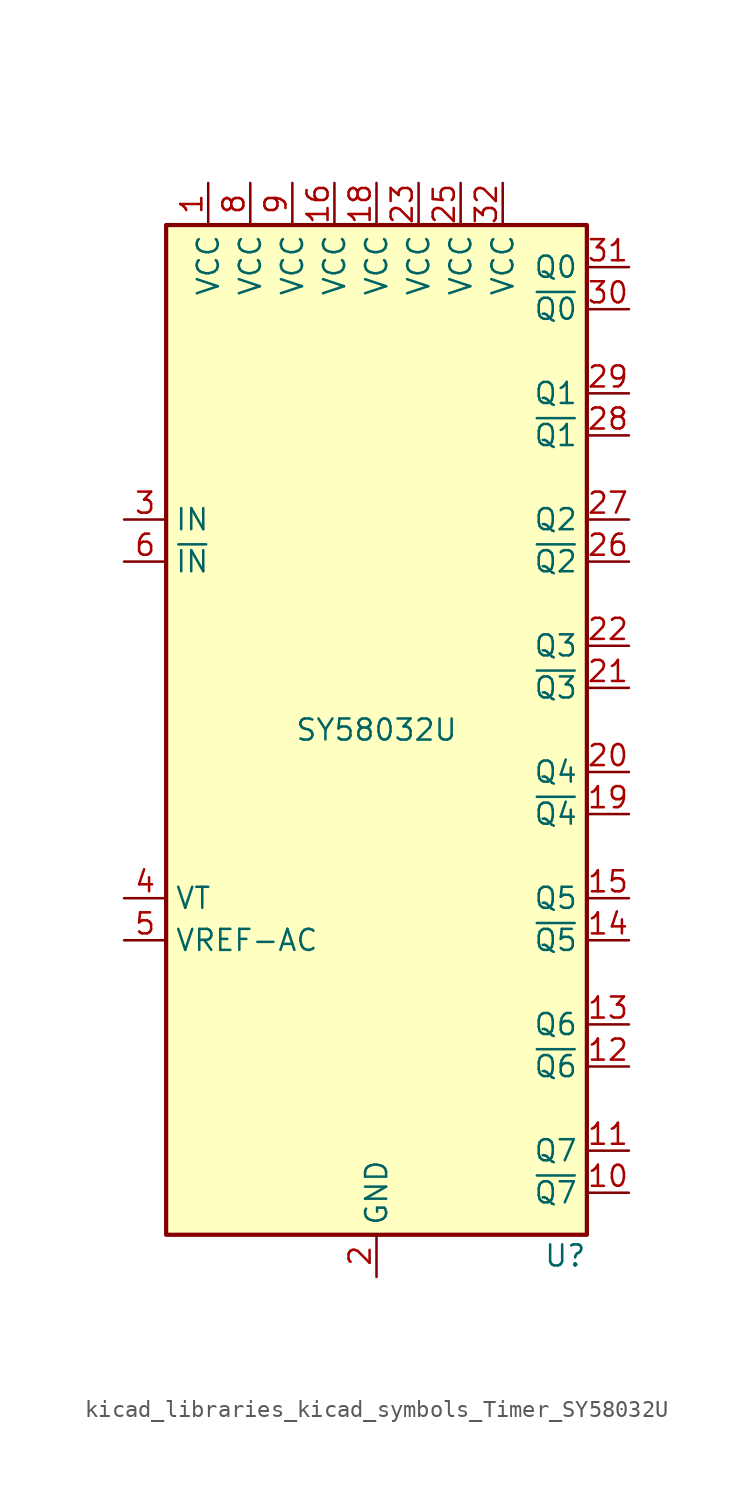
<source format=kicad_sym>
(kicad_symbol_lib
  (version 20220914)
  (generator kicad_symbol_editor)
  (symbol "kicad_libraries_kicad_symbols_Timer_SY58032U"
    (property "Reference" "U"
      (at 12.7 -31.75 0)
      (effects (font (size 1.27 1.27)) (justify right)))
    (property "Value" "SY58032U"
      (at 0 0 0)
      (effects (font (size 1.27 1.27))))
    (symbol "kicad_libraries_kicad_symbols_Timer_SY58032U_0_1"
      (rectangle (start 12.7 30.48) (end -12.7 -30.48) (stroke (width 0.254) (type default)) (fill (type background))))
    (symbol "kicad_libraries_kicad_symbols_Timer_SY58032U_1_1"
      (pin power_in line (at -10.16 33.02 270) (length 2.54) (name "VCC" (effects (font (size 1.27 1.27)))) (number "1" (effects (font (size 1.27 1.27)))))
      (pin open_emitter line (at 15.24 -27.94 180) (length 2.54) (name "~{Q7}" (effects (font (size 1.27 1.27)))) (number "10" (effects (font (size 1.27 1.27)))))
      (pin open_emitter line (at 15.24 -25.4 180) (length 2.54) (name "Q7" (effects (font (size 1.27 1.27)))) (number "11" (effects (font (size 1.27 1.27)))))
      (pin open_emitter line (at 15.24 -20.32 180) (length 2.54) (name "~{Q6}" (effects (font (size 1.27 1.27)))) (number "12" (effects (font (size 1.27 1.27)))))
      (pin open_emitter line (at 15.24 -17.78 180) (length 2.54) (name "Q6" (effects (font (size 1.27 1.27)))) (number "13" (effects (font (size 1.27 1.27)))))
      (pin open_emitter line (at 15.24 -12.7 180) (length 2.54) (name "~{Q5}" (effects (font (size 1.27 1.27)))) (number "14" (effects (font (size 1.27 1.27)))))
      (pin open_emitter line (at 15.24 -10.16 180) (length 2.54) (name "Q5" (effects (font (size 1.27 1.27)))) (number "15" (effects (font (size 1.27 1.27)))))
      (pin power_in line (at -2.54 33.02 270) (length 2.54) (name "VCC" (effects (font (size 1.27 1.27)))) (number "16" (effects (font (size 1.27 1.27)))))
      (pin passive line (at 0 -33.02 90) (length 2.54) hide (name "GND" (effects (font (size 1.27 1.27)))) (number "17" (effects (font (size 1.27 1.27)))))
      (pin power_in line (at 0 33.02 270) (length 2.54) (name "VCC" (effects (font (size 1.27 1.27)))) (number "18" (effects (font (size 1.27 1.27)))))
      (pin open_emitter line (at 15.24 -5.08 180) (length 2.54) (name "~{Q4}" (effects (font (size 1.27 1.27)))) (number "19" (effects (font (size 1.27 1.27)))))
      (pin power_in line (at 0 -33.02 90) (length 2.54) (name "GND" (effects (font (size 1.27 1.27)))) (number "2" (effects (font (size 1.27 1.27)))))
      (pin open_emitter line (at 15.24 -2.54 180) (length 2.54) (name "Q4" (effects (font (size 1.27 1.27)))) (number "20" (effects (font (size 1.27 1.27)))))
      (pin open_emitter line (at 15.24 2.54 180) (length 2.54) (name "~{Q3}" (effects (font (size 1.27 1.27)))) (number "21" (effects (font (size 1.27 1.27)))))
      (pin open_emitter line (at 15.24 5.08 180) (length 2.54) (name "Q3" (effects (font (size 1.27 1.27)))) (number "22" (effects (font (size 1.27 1.27)))))
      (pin power_in line (at 2.54 33.02 270) (length 2.54) (name "VCC" (effects (font (size 1.27 1.27)))) (number "23" (effects (font (size 1.27 1.27)))))
      (pin passive line (at 0 -33.02 90) (length 2.54) hide (name "GND" (effects (font (size 1.27 1.27)))) (number "24" (effects (font (size 1.27 1.27)))))
      (pin power_in line (at 5.08 33.02 270) (length 2.54) (name "VCC" (effects (font (size 1.27 1.27)))) (number "25" (effects (font (size 1.27 1.27)))))
      (pin open_emitter line (at 15.24 10.16 180) (length 2.54) (name "~{Q2}" (effects (font (size 1.27 1.27)))) (number "26" (effects (font (size 1.27 1.27)))))
      (pin open_emitter line (at 15.24 12.7 180) (length 2.54) (name "Q2" (effects (font (size 1.27 1.27)))) (number "27" (effects (font (size 1.27 1.27)))))
      (pin open_emitter line (at 15.24 17.78 180) (length 2.54) (name "~{Q1}" (effects (font (size 1.27 1.27)))) (number "28" (effects (font (size 1.27 1.27)))))
      (pin open_emitter line (at 15.24 20.32 180) (length 2.54) (name "Q1" (effects (font (size 1.27 1.27)))) (number "29" (effects (font (size 1.27 1.27)))))
      (pin input line (at -15.24 12.7 0) (length 2.54) (name "IN" (effects (font (size 1.27 1.27)))) (number "3" (effects (font (size 1.27 1.27)))))
      (pin open_emitter line (at 15.24 25.4 180) (length 2.54) (name "~{Q0}" (effects (font (size 1.27 1.27)))) (number "30" (effects (font (size 1.27 1.27)))))
      (pin open_emitter line (at 15.24 27.94 180) (length 2.54) (name "Q0" (effects (font (size 1.27 1.27)))) (number "31" (effects (font (size 1.27 1.27)))))
      (pin power_in line (at 7.62 33.02 270) (length 2.54) (name "VCC" (effects (font (size 1.27 1.27)))) (number "32" (effects (font (size 1.27 1.27)))))
      (pin passive line (at 0 -33.02 90) (length 2.54) hide (name "GND" (effects (font (size 1.27 1.27)))) (number "33" (effects (font (size 1.27 1.27)))))
      (pin passive line (at -15.24 -10.16 0) (length 2.54) (name "VT" (effects (font (size 1.27 1.27)))) (number "4" (effects (font (size 1.27 1.27)))))
      (pin passive line (at -15.24 -12.7 0) (length 2.54) (name "VREF-AC" (effects (font (size 1.27 1.27)))) (number "5" (effects (font (size 1.27 1.27)))))
      (pin input line (at -15.24 10.16 0) (length 2.54) (name "~{IN}" (effects (font (size 1.27 1.27)))) (number "6" (effects (font (size 1.27 1.27)))))
      (pin passive line (at 0 -33.02 90) (length 2.54) hide (name "GND" (effects (font (size 1.27 1.27)))) (number "7" (effects (font (size 1.27 1.27)))))
      (pin power_in line (at -7.62 33.02 270) (length 2.54) (name "VCC" (effects (font (size 1.27 1.27)))) (number "8" (effects (font (size 1.27 1.27)))))
      (pin power_in line (at -5.08 33.02 270) (length 2.54) (name "VCC" (effects (font (size 1.27 1.27)))) (number "9" (effects (font (size 1.27 1.27))))))))
</source>
